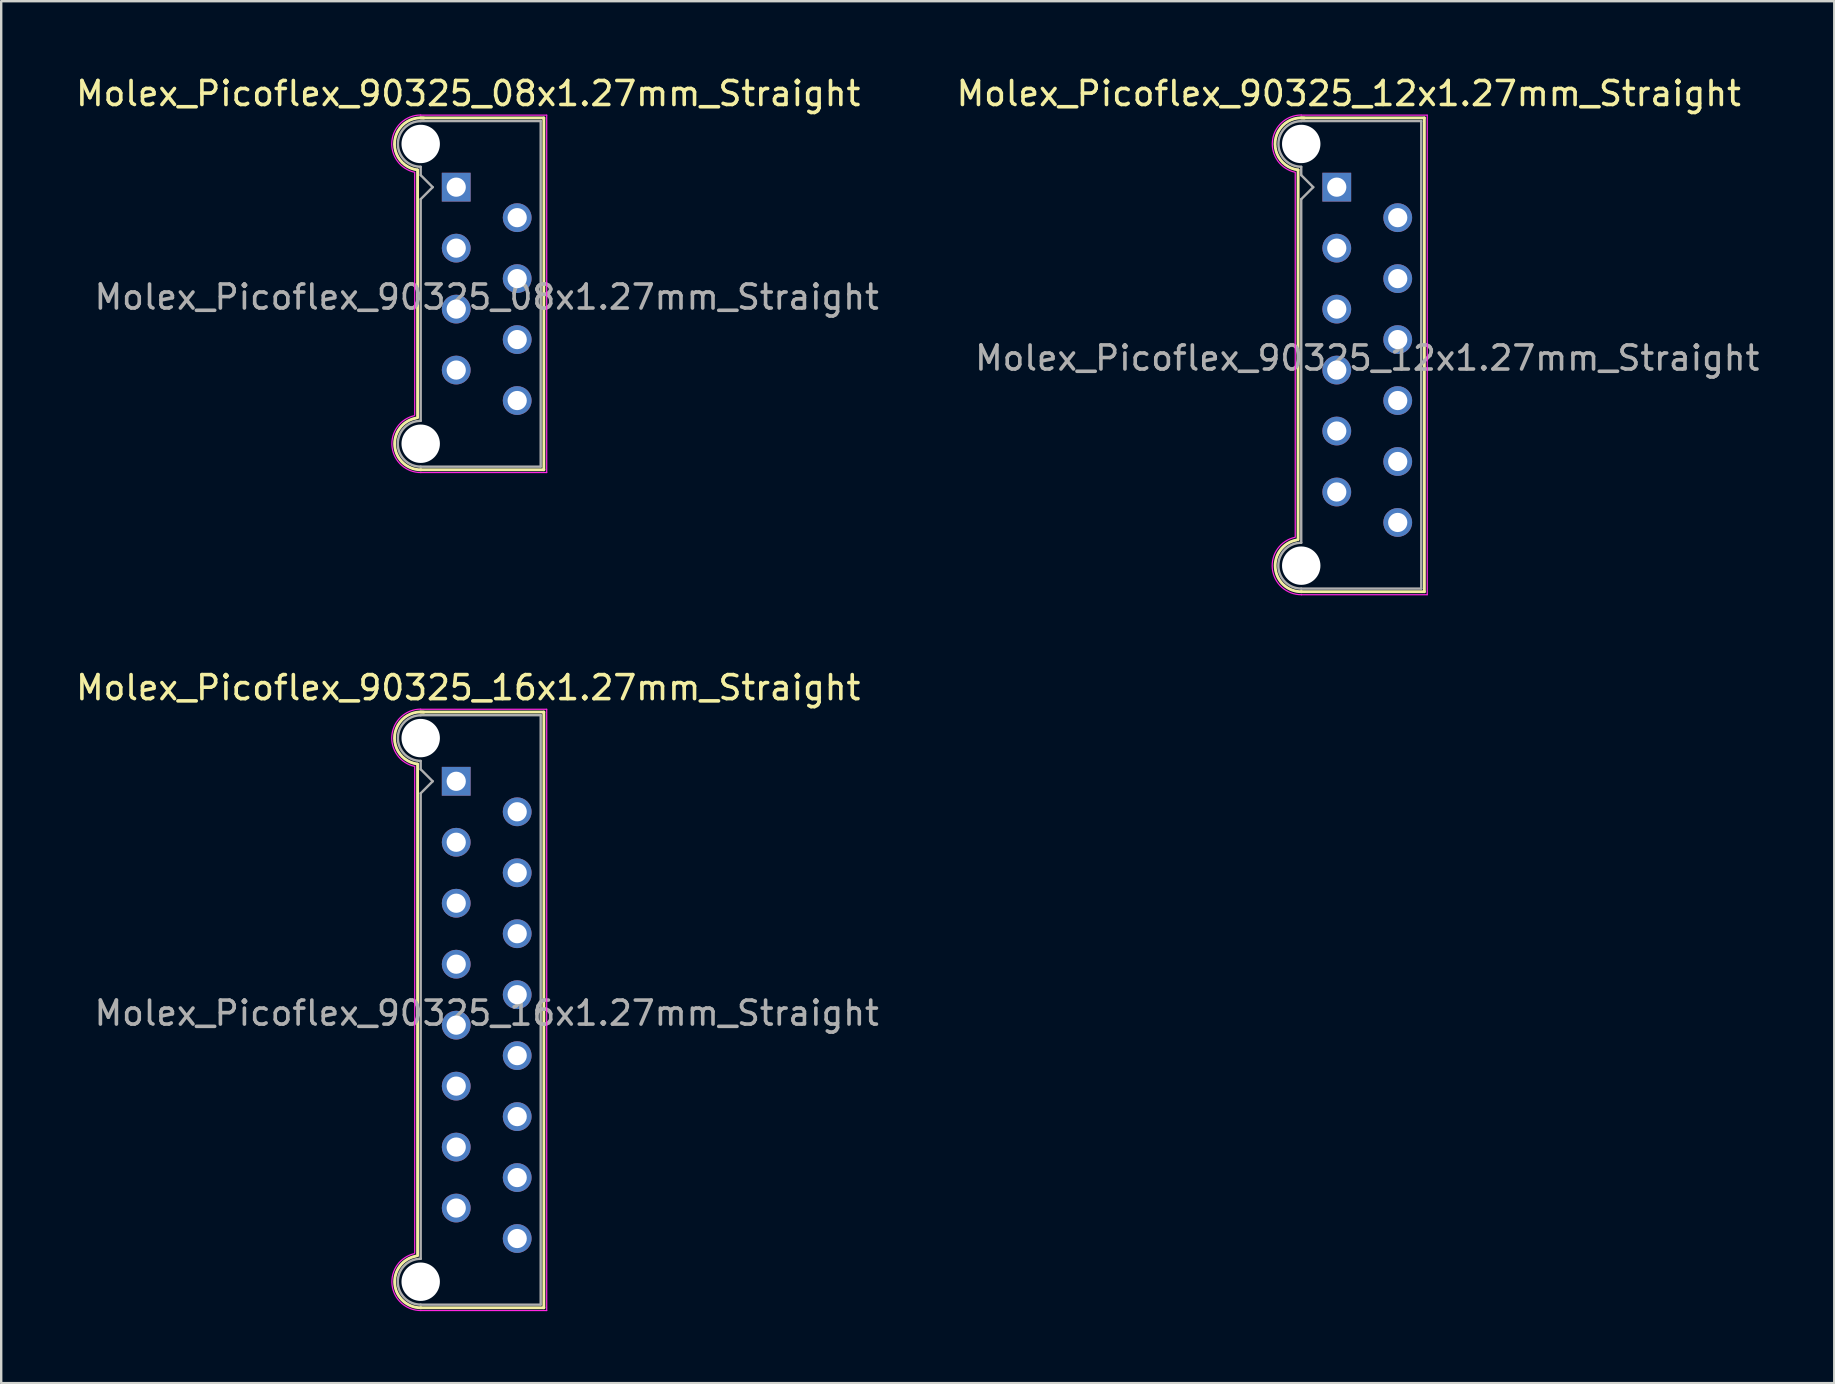
<source format=kicad_pcb>
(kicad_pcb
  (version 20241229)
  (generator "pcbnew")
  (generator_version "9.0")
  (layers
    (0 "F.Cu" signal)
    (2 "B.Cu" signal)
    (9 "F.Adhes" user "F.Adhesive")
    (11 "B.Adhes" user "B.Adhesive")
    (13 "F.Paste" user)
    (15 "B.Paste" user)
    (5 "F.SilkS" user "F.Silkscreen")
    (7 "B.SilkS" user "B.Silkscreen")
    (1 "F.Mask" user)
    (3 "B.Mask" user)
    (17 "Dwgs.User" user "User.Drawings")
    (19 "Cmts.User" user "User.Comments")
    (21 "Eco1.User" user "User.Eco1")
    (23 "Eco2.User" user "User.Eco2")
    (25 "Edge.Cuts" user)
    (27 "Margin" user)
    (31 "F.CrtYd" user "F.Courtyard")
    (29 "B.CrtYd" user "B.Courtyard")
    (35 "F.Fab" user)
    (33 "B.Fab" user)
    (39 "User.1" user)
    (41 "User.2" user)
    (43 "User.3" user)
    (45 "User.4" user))
  (footprint "Molex_Picoflex_90325_08x1.27mm_Straight"
    (layer "F.Cu")
    (at 15.958 4.748)
    (property "Reference" "Molex_Picoflex_90325_08x1.27mm_Straight" (at 0.5 -3.9 0) (layer "F.SilkS") (effects (font (size 1 1) (thickness 0.15))))
    (attr through_hole)
    (fp_line (start -1.61 -0.715) (end -1.61 9.605) (stroke (width 0.12) (type solid)) (layer "F.SilkS"))
    (fp_line (start -1.48 -2.885) (end 3.65 -2.885) (stroke (width 0.12) (type solid)) (layer "F.SilkS"))
    (fp_line (start 3.65 -2.885) (end 3.65 11.775) (stroke (width 0.12) (type solid)) (layer "F.SilkS"))
    (fp_line (start 3.65 11.775) (end -1.48 11.775) (stroke (width 0.12) (type solid)) (layer "F.SilkS"))
    (fp_arc (start -1.61 -0.72) (mid -2.56 -1.93) (end -1.35 -2.88) (stroke (width 0.12) (type solid)) (layer "F.SilkS"))
    (fp_arc (start -1.47 11.775) (mid -2.56 10.794526) (end -1.678256 9.62322) (stroke (width 0.12) (type solid)) (layer "F.SilkS"))
    (fp_line (start -1.73 -0.6) (end -1.73 9.49) (stroke (width 0.05) (type solid)) (layer "F.CrtYd"))
    (fp_line (start -1.48 -3) (end 3.77 -3) (stroke (width 0.05) (type solid)) (layer "F.CrtYd"))
    (fp_line (start 3.77 -3) (end 3.77 11.89) (stroke (width 0.05) (type solid)) (layer "F.CrtYd"))
    (fp_line (start 3.77 11.89) (end -1.48 11.89) (stroke (width 0.05) (type solid)) (layer "F.CrtYd"))
    (fp_arc (start -1.73 -0.62) (mid -2.679668 -1.925287) (end -1.480799 -3.006192) (stroke (width 0.05) (type solid)) (layer "F.CrtYd"))
    (fp_arc (start -1.47 11.89) (mid -2.672381 10.82538) (end -1.739276 9.518302) (stroke (width 0.05) (type solid)) (layer "F.CrtYd"))
    (fp_line (start -1.48 -2.755) (end 3.52 -2.755) (stroke (width 0.1) (type solid)) (layer "F.Fab"))
    (fp_line (start -1.48 -0.845) (end -1.48 -0.5) (stroke (width 0.1) (type solid)) (layer "F.Fab"))
    (fp_line (start -1.48 -0.5) (end -0.98 0) (stroke (width 0.1) (type solid)) (layer "F.Fab"))
    (fp_line (start -1.48 0.5) (end -1.48 9.735) (stroke (width 0.1) (type solid)) (layer "F.Fab"))
    (fp_line (start -0.98 0) (end -1.48 0.5) (stroke (width 0.1) (type solid)) (layer "F.Fab"))
    (fp_line (start 3.52 -2.755) (end 3.52 11.645) (stroke (width 0.1) (type solid)) (layer "F.Fab"))
    (fp_line (start 3.52 11.645) (end -1.48 11.645) (stroke (width 0.1) (type solid)) (layer "F.Fab"))
    (fp_arc (start -1.48 -0.85) (mid -2.43 -1.8) (end -1.48 -2.75) (stroke (width 0.1) (type solid)) (layer "F.Fab"))
    (fp_arc (start -1.48 11.645) (mid -2.435 10.69) (end -1.48 9.735) (stroke (width 0.1) (type solid)) (layer "F.Fab"))
    (fp_text user "${REFERENCE}" (at 1.27 4.58 0) (layer "F.Fab") (effects (font (size 1 1) (thickness 0.15))))
    (pad "" np_thru_hole circle (at -1.48 -1.8) (size 1.6 1.6) (drill 1.6) (layers "*.Cu"))
    (pad "" np_thru_hole circle (at -1.48 10.69) (size 1.6 1.6) (drill 1.6) (layers "*.Cu"))
    (pad "1" thru_hole rect (at 0 0) (size 1.2 1.2) (drill 0.8) (layers "*.Cu" "*.Mask"))
    (pad "2" thru_hole circle (at 2.54 1.27) (size 1.2 1.2) (drill 0.8) (layers "*.Cu" "*.Mask"))
    (pad "3" thru_hole circle (at 0 2.54) (size 1.2 1.2) (drill 0.8) (layers "*.Cu" "*.Mask"))
    (pad "4" thru_hole circle (at 2.54 3.81) (size 1.2 1.2) (drill 0.8) (layers "*.Cu" "*.Mask"))
    (pad "5" thru_hole circle (at 0 5.08) (size 1.2 1.2) (drill 0.8) (layers "*.Cu" "*.Mask"))
    (pad "6" thru_hole circle (at 2.54 6.35) (size 1.2 1.2) (drill 0.8) (layers "*.Cu" "*.Mask"))
    (pad "7" thru_hole circle (at 0 7.62) (size 1.2 1.2) (drill 0.8) (layers "*.Cu" "*.Mask"))
    (pad "8" thru_hole circle (at 2.54 8.89) (size 1.2 1.2) (drill 0.8) (layers "*.Cu" "*.Mask")))
  (footprint "Molex_Picoflex_90325_16x1.27mm_Straight"
    (layer "F.Cu")
    (at 15.958 29.502)
    (property "Reference" "Molex_Picoflex_90325_16x1.27mm_Straight" (at 0.5 -3.9 0) (layer "F.SilkS") (effects (font (size 1 1) (thickness 0.15))))
    (attr through_hole)
    (fp_line (start -1.61 -0.715) (end -1.61 19.765) (stroke (width 0.12) (type solid)) (layer "F.SilkS"))
    (fp_line (start -1.48 -2.885) (end 3.65 -2.885) (stroke (width 0.12) (type solid)) (layer "F.SilkS"))
    (fp_line (start 3.65 -2.885) (end 3.65 21.935) (stroke (width 0.12) (type solid)) (layer "F.SilkS"))
    (fp_line (start 3.65 21.935) (end -1.48 21.935) (stroke (width 0.12) (type solid)) (layer "F.SilkS"))
    (fp_arc (start -1.61 -0.72) (mid -2.56 -1.93) (end -1.35 -2.88) (stroke (width 0.12) (type solid)) (layer "F.SilkS"))
    (fp_arc (start -1.47 21.935) (mid -2.56 20.954526) (end -1.678256 19.78322) (stroke (width 0.12) (type solid)) (layer "F.SilkS"))
    (fp_line (start -1.73 -0.6) (end -1.73 19.65) (stroke (width 0.05) (type solid)) (layer "F.CrtYd"))
    (fp_line (start -1.48 -3) (end 3.77 -3) (stroke (width 0.05) (type solid)) (layer "F.CrtYd"))
    (fp_line (start 3.77 -3) (end 3.77 22.05) (stroke (width 0.05) (type solid)) (layer "F.CrtYd"))
    (fp_line (start 3.77 22.05) (end -1.48 22.05) (stroke (width 0.05) (type solid)) (layer "F.CrtYd"))
    (fp_arc (start -1.73 -0.62) (mid -2.679668 -1.925287) (end -1.480799 -3.006192) (stroke (width 0.05) (type solid)) (layer "F.CrtYd"))
    (fp_arc (start -1.47 22.05) (mid -2.672381 20.98538) (end -1.739276 19.678302) (stroke (width 0.05) (type solid)) (layer "F.CrtYd"))
    (fp_line (start -1.48 -2.755) (end 3.52 -2.755) (stroke (width 0.1) (type solid)) (layer "F.Fab"))
    (fp_line (start -1.48 -0.845) (end -1.48 -0.5) (stroke (width 0.1) (type solid)) (layer "F.Fab"))
    (fp_line (start -1.48 -0.5) (end -0.98 0) (stroke (width 0.1) (type solid)) (layer "F.Fab"))
    (fp_line (start -1.48 0.5) (end -1.48 19.895) (stroke (width 0.1) (type solid)) (layer "F.Fab"))
    (fp_line (start -0.98 0) (end -1.48 0.5) (stroke (width 0.1) (type solid)) (layer "F.Fab"))
    (fp_line (start 3.52 -2.755) (end 3.52 21.805) (stroke (width 0.1) (type solid)) (layer "F.Fab"))
    (fp_line (start 3.52 21.805) (end -1.48 21.805) (stroke (width 0.1) (type solid)) (layer "F.Fab"))
    (fp_arc (start -1.48 -0.85) (mid -2.43 -1.8) (end -1.48 -2.75) (stroke (width 0.1) (type solid)) (layer "F.Fab"))
    (fp_arc (start -1.48 21.805) (mid -2.435 20.85) (end -1.48 19.895) (stroke (width 0.1) (type solid)) (layer "F.Fab"))
    (fp_text user "${REFERENCE}" (at 1.27 9.66 0) (layer "F.Fab") (effects (font (size 1 1) (thickness 0.15))))
    (pad "" np_thru_hole circle (at -1.48 -1.8) (size 1.6 1.6) (drill 1.6) (layers "*.Cu"))
    (pad "" np_thru_hole circle (at -1.48 20.85) (size 1.6 1.6) (drill 1.6) (layers "*.Cu"))
    (pad "1" thru_hole rect (at 0 0) (size 1.2 1.2) (drill 0.8) (layers "*.Cu" "*.Mask"))
    (pad "2" thru_hole circle (at 2.54 1.27) (size 1.2 1.2) (drill 0.8) (layers "*.Cu" "*.Mask"))
    (pad "3" thru_hole circle (at 0 2.54) (size 1.2 1.2) (drill 0.8) (layers "*.Cu" "*.Mask"))
    (pad "4" thru_hole circle (at 2.54 3.81) (size 1.2 1.2) (drill 0.8) (layers "*.Cu" "*.Mask"))
    (pad "5" thru_hole circle (at 0 5.08) (size 1.2 1.2) (drill 0.8) (layers "*.Cu" "*.Mask"))
    (pad "6" thru_hole circle (at 2.54 6.35) (size 1.2 1.2) (drill 0.8) (layers "*.Cu" "*.Mask"))
    (pad "7" thru_hole circle (at 0 7.62) (size 1.2 1.2) (drill 0.8) (layers "*.Cu" "*.Mask"))
    (pad "8" thru_hole circle (at 2.54 8.89) (size 1.2 1.2) (drill 0.8) (layers "*.Cu" "*.Mask"))
    (pad "9" thru_hole circle (at 0 10.16) (size 1.2 1.2) (drill 0.8) (layers "*.Cu" "*.Mask"))
    (pad "10" thru_hole circle (at 2.54 11.43) (size 1.2 1.2) (drill 0.8) (layers "*.Cu" "*.Mask"))
    (pad "11" thru_hole circle (at 0 12.7) (size 1.2 1.2) (drill 0.8) (layers "*.Cu" "*.Mask"))
    (pad "12" thru_hole circle (at 2.54 13.97) (size 1.2 1.2) (drill 0.8) (layers "*.Cu" "*.Mask"))
    (pad "13" thru_hole circle (at 0 15.24) (size 1.2 1.2) (drill 0.8) (layers "*.Cu" "*.Mask"))
    (pad "14" thru_hole circle (at 2.54 16.51) (size 1.2 1.2) (drill 0.8) (layers "*.Cu" "*.Mask"))
    (pad "15" thru_hole circle (at 0 17.78) (size 1.2 1.2) (drill 0.8) (layers "*.Cu" "*.Mask"))
    (pad "16" thru_hole circle (at 2.54 19.05) (size 1.2 1.2) (drill 0.8) (layers "*.Cu" "*.Mask")))
  (footprint "Molex_Picoflex_90325_12x1.27mm_Straight"
    (layer "F.Cu")
    (at 52.645 4.748)
    (property "Reference" "Molex_Picoflex_90325_12x1.27mm_Straight" (at 0.5 -3.9 0) (layer "F.SilkS") (effects (font (size 1 1) (thickness 0.15))))
    (attr through_hole)
    (fp_line (start -1.61 -0.715) (end -1.61 14.685) (stroke (width 0.12) (type solid)) (layer "F.SilkS"))
    (fp_line (start -1.48 -2.885) (end 3.65 -2.885) (stroke (width 0.12) (type solid)) (layer "F.SilkS"))
    (fp_line (start 3.65 -2.885) (end 3.65 16.855) (stroke (width 0.12) (type solid)) (layer "F.SilkS"))
    (fp_line (start 3.65 16.855) (end -1.48 16.855) (stroke (width 0.12) (type solid)) (layer "F.SilkS"))
    (fp_arc (start -1.61 -0.72) (mid -2.56 -1.93) (end -1.35 -2.88) (stroke (width 0.12) (type solid)) (layer "F.SilkS"))
    (fp_arc (start -1.47 16.855) (mid -2.56 15.874526) (end -1.678256 14.70322) (stroke (width 0.12) (type solid)) (layer "F.SilkS"))
    (fp_line (start -1.73 -0.6) (end -1.73 14.57) (stroke (width 0.05) (type solid)) (layer "F.CrtYd"))
    (fp_line (start -1.48 -3) (end 3.77 -3) (stroke (width 0.05) (type solid)) (layer "F.CrtYd"))
    (fp_line (start 3.77 -3) (end 3.77 16.98) (stroke (width 0.05) (type solid)) (layer "F.CrtYd"))
    (fp_line (start 3.77 16.98) (end -1.48 16.98) (stroke (width 0.05) (type solid)) (layer "F.CrtYd"))
    (fp_arc (start -1.73 -0.62) (mid -2.679668 -1.925287) (end -1.480799 -3.006192) (stroke (width 0.05) (type solid)) (layer "F.CrtYd"))
    (fp_arc (start -1.47 16.98) (mid -2.682326 15.906425) (end -1.741355 14.588521) (stroke (width 0.05) (type solid)) (layer "F.CrtYd"))
    (fp_line (start -1.48 -2.755) (end 3.52 -2.755) (stroke (width 0.1) (type solid)) (layer "F.Fab"))
    (fp_line (start -1.48 -0.845) (end -1.48 -0.5) (stroke (width 0.1) (type solid)) (layer "F.Fab"))
    (fp_line (start -1.48 -0.5) (end -0.98 0) (stroke (width 0.1) (type solid)) (layer "F.Fab"))
    (fp_line (start -1.48 0.5) (end -1.48 14.815) (stroke (width 0.1) (type solid)) (layer "F.Fab"))
    (fp_line (start -0.98 0) (end -1.48 0.5) (stroke (width 0.1) (type solid)) (layer "F.Fab"))
    (fp_line (start 3.52 -2.755) (end 3.52 16.725) (stroke (width 0.1) (type solid)) (layer "F.Fab"))
    (fp_line (start 3.52 16.725) (end -1.48 16.725) (stroke (width 0.1) (type solid)) (layer "F.Fab"))
    (fp_arc (start -1.48 -0.85) (mid -2.43 -1.8) (end -1.48 -2.75) (stroke (width 0.1) (type solid)) (layer "F.Fab"))
    (fp_arc (start -1.48 16.725) (mid -2.435 15.77) (end -1.48 14.815) (stroke (width 0.1) (type solid)) (layer "F.Fab"))
    (fp_text user "${REFERENCE}" (at 1.27 7.12 0) (layer "F.Fab") (effects (font (size 1 1) (thickness 0.15))))
    (pad "" np_thru_hole circle (at -1.48 -1.8) (size 1.6 1.6) (drill 1.6) (layers "*.Cu"))
    (pad "" np_thru_hole circle (at -1.48 15.77) (size 1.6 1.6) (drill 1.6) (layers "*.Cu"))
    (pad "1" thru_hole rect (at 0 0) (size 1.2 1.2) (drill 0.8) (layers "*.Cu" "*.Mask"))
    (pad "2" thru_hole circle (at 2.54 1.27) (size 1.2 1.2) (drill 0.8) (layers "*.Cu" "*.Mask"))
    (pad "3" thru_hole circle (at 0 2.54) (size 1.2 1.2) (drill 0.8) (layers "*.Cu" "*.Mask"))
    (pad "4" thru_hole circle (at 2.54 3.81) (size 1.2 1.2) (drill 0.8) (layers "*.Cu" "*.Mask"))
    (pad "5" thru_hole circle (at 0 5.08) (size 1.2 1.2) (drill 0.8) (layers "*.Cu" "*.Mask"))
    (pad "6" thru_hole circle (at 2.54 6.35) (size 1.2 1.2) (drill 0.8) (layers "*.Cu" "*.Mask"))
    (pad "7" thru_hole circle (at 0 7.62) (size 1.2 1.2) (drill 0.8) (layers "*.Cu" "*.Mask"))
    (pad "8" thru_hole circle (at 2.54 8.89) (size 1.2 1.2) (drill 0.8) (layers "*.Cu" "*.Mask"))
    (pad "9" thru_hole circle (at 0 10.16) (size 1.2 1.2) (drill 0.8) (layers "*.Cu" "*.Mask"))
    (pad "10" thru_hole circle (at 2.54 11.43) (size 1.2 1.2) (drill 0.8) (layers "*.Cu" "*.Mask"))
    (pad "11" thru_hole circle (at 0 12.7) (size 1.2 1.2) (drill 0.8) (layers "*.Cu" "*.Mask"))
    (pad "12" thru_hole circle (at 2.54 13.97) (size 1.2 1.2) (drill 0.8) (layers "*.Cu" "*.Mask")))
  (gr_rect
    (start -3 -3)
    (end 73.373 54.577)
    (stroke (width 0.1) (type default))
    (fill no)
    (layer "Edge.Cuts")))
</source>
